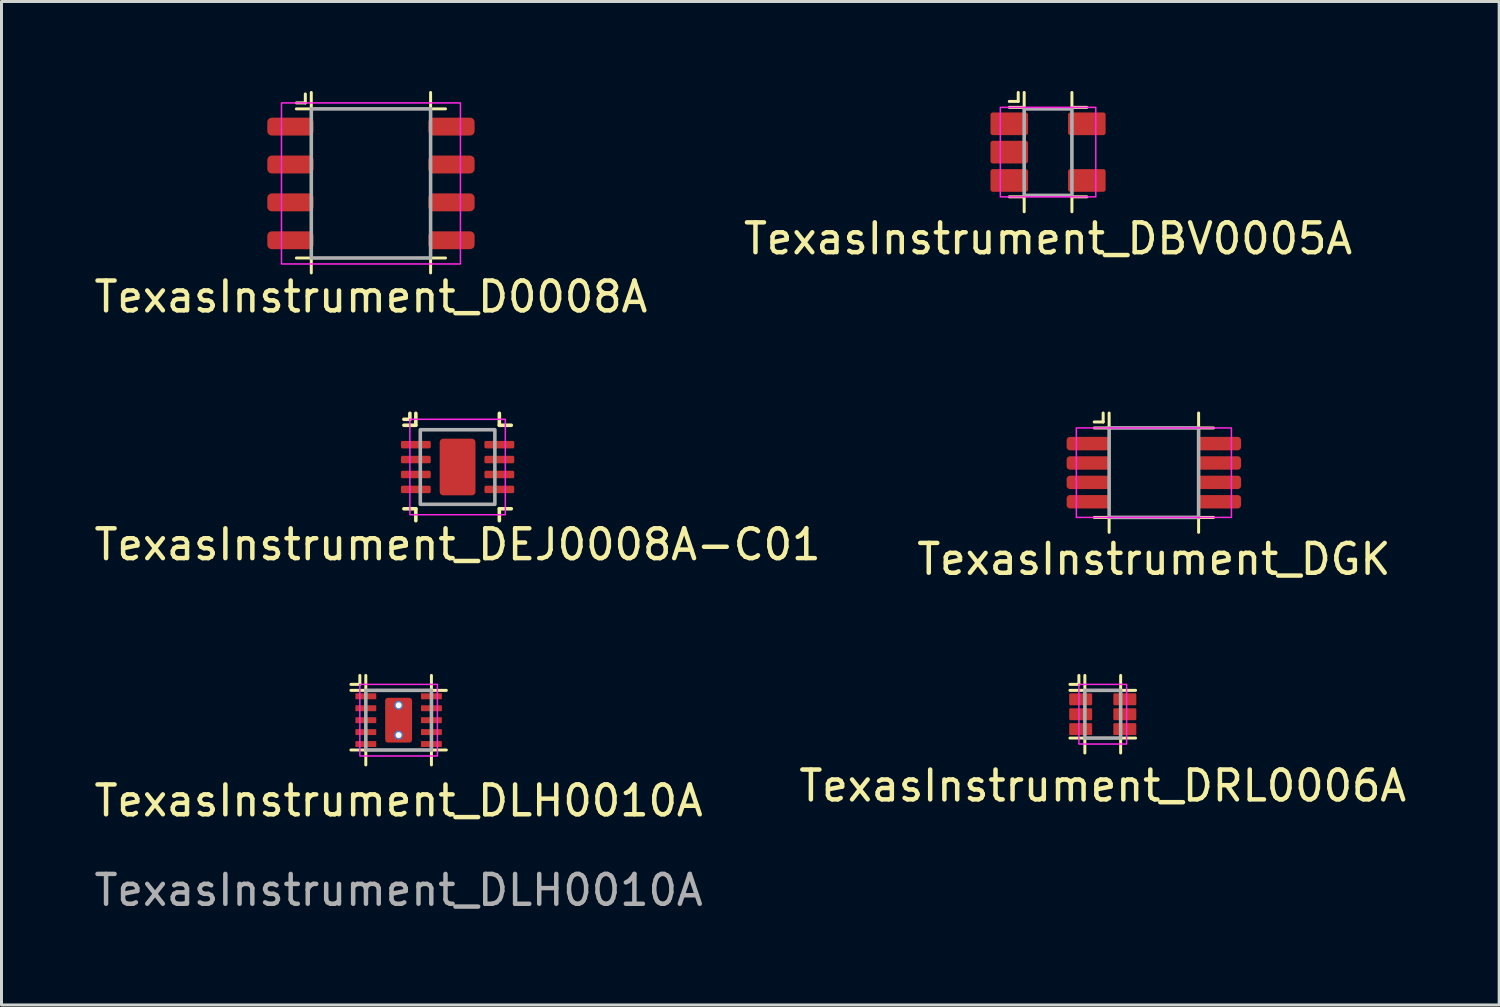
<source format=kicad_pcb>
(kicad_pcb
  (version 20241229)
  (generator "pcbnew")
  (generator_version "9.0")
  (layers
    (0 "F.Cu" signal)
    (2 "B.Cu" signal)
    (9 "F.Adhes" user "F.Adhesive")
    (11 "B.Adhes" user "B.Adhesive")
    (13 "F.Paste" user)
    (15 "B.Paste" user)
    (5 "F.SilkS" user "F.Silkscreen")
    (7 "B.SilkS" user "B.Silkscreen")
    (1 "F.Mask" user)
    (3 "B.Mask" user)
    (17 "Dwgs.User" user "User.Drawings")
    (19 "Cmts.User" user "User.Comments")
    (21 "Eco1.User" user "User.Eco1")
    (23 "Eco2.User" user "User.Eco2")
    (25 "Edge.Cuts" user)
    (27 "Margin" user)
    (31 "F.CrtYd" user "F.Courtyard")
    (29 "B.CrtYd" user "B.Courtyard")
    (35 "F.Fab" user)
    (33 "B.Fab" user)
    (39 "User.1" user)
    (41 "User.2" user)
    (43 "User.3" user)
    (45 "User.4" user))
  (footprint "TexasInstrument_D0008A"
    (layer "F.Cu")
    (at 9.387 3.1)
    (property "Reference" "TexasInstrument_D0008A" (at 0 3.8 0) (unlocked yes) (layer "F.SilkS") (effects (font (size 1 1) (thickness 0.15))))
    (attr smd)
    (fp_line (start -2.5 -2.7) (end -2.2 -2.7) (stroke (width 0.1) (type default)) (layer "F.SilkS"))
    (fp_line (start -2.2 -2.7) (end -2.2 -3) (stroke (width 0.1) (type default)) (layer "F.SilkS"))
    (fp_line (start -2 -2.55) (end -2 -3.05) (stroke (width 0.1) (type default)) (layer "F.SilkS"))
    (fp_line (start -2 -2.5) (end -2.5 -2.5) (stroke (width 0.1) (type default)) (layer "F.SilkS"))
    (fp_line (start -2 2.5) (end -2.5 2.5) (stroke (width 0.1) (type default)) (layer "F.SilkS"))
    (fp_line (start -2 2.5) (end -2 3) (stroke (width 0.1) (type default)) (layer "F.SilkS"))
    (fp_line (start 2 -2.55) (end 2 -3.05) (stroke (width 0.1) (type default)) (layer "F.SilkS"))
    (fp_line (start 2 -2.5) (end 2.5 -2.5) (stroke (width 0.1) (type default)) (layer "F.SilkS"))
    (fp_line (start 2 2.5) (end 2 3) (stroke (width 0.1) (type default)) (layer "F.SilkS"))
    (fp_line (start 2 2.5) (end 2.5 2.5) (stroke (width 0.1) (type default)) (layer "F.SilkS"))
    (fp_rect (start -3 -2.7) (end 3 2.7) (stroke (width 0.05) (type default)) (fill no) (layer "F.CrtYd"))
    (fp_rect (start -2 -2.5) (end 2 2.5) (stroke (width 0.12) (type solid)) (fill no) (layer "F.Fab"))
    (pad "1" smd roundrect (at -2.7 -1.905) (size 1.55 0.6) (layers "F.Cu" "F.Mask" "F.Paste") (roundrect_rratio 0.25))
    (pad "2" smd roundrect (at -2.7 -0.635) (size 1.55 0.6) (layers "F.Cu" "F.Mask" "F.Paste") (roundrect_rratio 0.25))
    (pad "3" smd roundrect (at -2.7 0.635) (size 1.55 0.6) (layers "F.Cu" "F.Mask" "F.Paste") (roundrect_rratio 0.25))
    (pad "4" smd roundrect (at -2.7 1.905) (size 1.55 0.6) (layers "F.Cu" "F.Mask" "F.Paste") (roundrect_rratio 0.25))
    (pad "5" smd roundrect (at 2.7 1.905) (size 1.55 0.6) (layers "F.Cu" "F.Mask" "F.Paste") (roundrect_rratio 0.25))
    (pad "6" smd roundrect (at 2.7 0.635) (size 1.55 0.6) (layers "F.Cu" "F.Mask" "F.Paste") (roundrect_rratio 0.25))
    (pad "7" smd roundrect (at 2.7 -0.635) (size 1.55 0.6) (layers "F.Cu" "F.Mask" "F.Paste") (roundrect_rratio 0.25))
    (pad "8" smd roundrect (at 2.7 -1.905) (size 1.55 0.6) (layers "F.Cu" "F.Mask" "F.Paste") (roundrect_rratio 0.25)))
  (footprint "TexasInstrument_DBV0005A"
    (layer "F.Cu")
    (at 32.089 2.05)
    (property "Reference" "TexasInstrument_DBV0005A" (at 0 2.9 0) (unlocked yes) (layer "F.SilkS") (effects (font (size 1 1) (thickness 0.15))))
    (attr smd)
    (fp_line (start -1.3 -1.7) (end -1 -1.7) (stroke (width 0.1) (type default)) (layer "F.SilkS"))
    (fp_line (start -1 -1.7) (end -1 -2) (stroke (width 0.1) (type default)) (layer "F.SilkS"))
    (fp_line (start -0.8 -1.5) (end -1.3 -1.5) (stroke (width 0.1) (type default)) (layer "F.SilkS"))
    (fp_line (start -0.8 -1.5) (end -0.8 -2) (stroke (width 0.1) (type default)) (layer "F.SilkS"))
    (fp_line (start -0.8 1.5) (end -1.3 1.5) (stroke (width 0.1) (type default)) (layer "F.SilkS"))
    (fp_line (start -0.8 1.5) (end -0.8 2) (stroke (width 0.1) (type default)) (layer "F.SilkS"))
    (fp_line (start 0.8 -1.5) (end 0.8 -2) (stroke (width 0.1) (type default)) (layer "F.SilkS"))
    (fp_line (start 0.8 -1.5) (end 1.3 -1.5) (stroke (width 0.1) (type default)) (layer "F.SilkS"))
    (fp_line (start 0.8 1.5) (end 0.8 2) (stroke (width 0.1) (type default)) (layer "F.SilkS"))
    (fp_line (start 0.8 1.5) (end 1.3 1.5) (stroke (width 0.1) (type default)) (layer "F.SilkS"))
    (fp_rect (start -1.6 -1.5) (end 1.6 1.5) (stroke (width 0.05) (type default)) (fill no) (layer "F.CrtYd"))
    (fp_rect (start -0.8 -1.45) (end 0.8 1.45) (stroke (width 0.12) (type solid)) (fill no) (layer "F.Fab"))
    (pad "1" smd roundrect (at -1.3 -0.95) (size 1.26 0.76) (layers "F.Cu" "F.Mask" "F.Paste") (roundrect_rratio 0.1))
    (pad "2" smd roundrect (at -1.3 0) (size 1.26 0.76) (layers "F.Cu" "F.Mask" "F.Paste") (roundrect_rratio 0.1))
    (pad "3" smd roundrect (at -1.3 0.95) (size 1.26 0.76) (layers "F.Cu" "F.Mask" "F.Paste") (roundrect_rratio 0.1))
    (pad "4" smd roundrect (at 1.3 0.95) (size 1.26 0.76) (layers "F.Cu" "F.Mask" "F.Paste") (roundrect_rratio 0.1))
    (pad "5" smd roundrect (at 1.3 -0.95) (size 1.26 0.76) (layers "F.Cu" "F.Mask" "F.Paste") (roundrect_rratio 0.1)))
  (footprint "TexasInstrument_DRL0006A"
    (layer "F.Cu")
    (at 33.923 20.896)
    (property "Reference" "TexasInstrument_DRL0006A" (at 0 2.4 0) (unlocked yes) (layer "F.SilkS") (effects (font (size 1 1) (thickness 0.15))))
    (attr smd)
    (fp_line (start -1.1 -1) (end -0.8 -1) (stroke (width 0.1) (type default)) (layer "F.SilkS"))
    (fp_line (start -1.1 -0.8) (end -0.6 -0.8) (stroke (width 0.1) (type default)) (layer "F.SilkS"))
    (fp_line (start -0.8 -1) (end -0.8 -1.3) (stroke (width 0.1) (type default)) (layer "F.SilkS"))
    (fp_line (start -0.6 -0.8) (end -0.6 -1.3) (stroke (width 0.1) (type default)) (layer "F.SilkS"))
    (fp_line (start -0.6 0.8) (end -1.1 0.8) (stroke (width 0.1) (type default)) (layer "F.SilkS"))
    (fp_line (start -0.6 0.8) (end -0.6 1.3) (stroke (width 0.1) (type default)) (layer "F.SilkS"))
    (fp_line (start 0.6 -0.8) (end 0.6 -1.3) (stroke (width 0.1) (type default)) (layer "F.SilkS"))
    (fp_line (start 0.6 -0.8) (end 1.1 -0.8) (stroke (width 0.1) (type default)) (layer "F.SilkS"))
    (fp_line (start 0.6 0.8) (end 0.6 1.3) (stroke (width 0.1) (type default)) (layer "F.SilkS"))
    (fp_line (start 0.6 0.8) (end 1.1 0.8) (stroke (width 0.1) (type default)) (layer "F.SilkS"))
    (fp_rect (start -0.8 -1) (end 0.8 1) (stroke (width 0.05) (type default)) (fill no) (layer "F.CrtYd"))
    (fp_rect (start -0.6 -0.8) (end 0.6 0.8) (stroke (width 0.12) (type solid)) (fill no) (layer "F.Fab"))
    (pad "1" smd roundrect (at -0.74 -0.5) (size 0.77 0.4) (layers "F.Cu" "F.Mask" "F.Paste") (roundrect_rratio 0.1))
    (pad "2" smd roundrect (at -0.74 0) (size 0.77 0.4) (layers "F.Cu" "F.Mask" "F.Paste") (roundrect_rratio 0.1))
    (pad "3" smd roundrect (at -0.74 0.5) (size 0.77 0.4) (layers "F.Cu" "F.Mask" "F.Paste") (roundrect_rratio 0.1))
    (pad "4" smd roundrect (at 0.74 0.5) (size 0.77 0.4) (layers "F.Cu" "F.Mask" "F.Paste") (roundrect_rratio 0.1))
    (pad "5" smd roundrect (at 0.74 0) (size 0.77 0.4) (layers "F.Cu" "F.Mask" "F.Paste") (roundrect_rratio 0.1))
    (pad "6" smd roundrect (at 0.74 -0.5) (size 0.77 0.4) (layers "F.Cu" "F.Mask" "F.Paste") (roundrect_rratio 0.1)))
  (footprint "TexasInstrument_DEJ0008A-C01"
    (layer "F.Cu")
    (at 12.292 12.608)
    (property "Reference" "TexasInstrument_DEJ0008A-C01" (at 0 2.6 0) (unlocked yes) (layer "F.SilkS") (effects (font (size 1 1) (thickness 0.15))))
    (attr smd)
    (fp_line (start -1.8 -1.6) (end -1.6 -1.6) (stroke (width 0.12) (type solid)) (layer "F.SilkS"))
    (fp_line (start -1.8 -1.4) (end -1.4 -1.4) (stroke (width 0.12) (type solid)) (layer "F.SilkS"))
    (fp_line (start -1.6 -1.8) (end -1.6 -1.6) (stroke (width 0.12) (type solid)) (layer "F.SilkS"))
    (fp_line (start -1.4 -1.4) (end -1.4 -1.8) (stroke (width 0.12) (type solid)) (layer "F.SilkS"))
    (fp_line (start -1.4 1.4) (end -1.8 1.4) (stroke (width 0.12) (type solid)) (layer "F.SilkS"))
    (fp_line (start -1.4 1.8) (end -1.4 1.4) (stroke (width 0.12) (type solid)) (layer "F.SilkS"))
    (fp_line (start 1.4 -1.4) (end 1.4 -1.8) (stroke (width 0.12) (type solid)) (layer "F.SilkS"))
    (fp_line (start 1.4 -1.4) (end 1.8 -1.4) (stroke (width 0.12) (type solid)) (layer "F.SilkS"))
    (fp_line (start 1.4 1.4) (end 1.8 1.4) (stroke (width 0.12) (type solid)) (layer "F.SilkS"))
    (fp_line (start 1.4 1.8) (end 1.4 1.4) (stroke (width 0.12) (type solid)) (layer "F.SilkS"))
    (fp_rect (start -1.6 -1.6) (end 1.6 1.6) (stroke (width 0.05) (type default)) (fill no) (layer "F.CrtYd"))
    (fp_rect (start -1.25 -1.25) (end 1.25 1.25) (stroke (width 0.12) (type solid)) (fill no) (layer "F.Fab"))
    (pad "1" smd roundrect (at -1.4 -0.75) (size 1 0.25) (layers "F.Cu" "F.Mask" "F.Paste") (roundrect_rratio 0.2))
    (pad "2" smd roundrect (at -1.4 -0.25) (size 1 0.25) (layers "F.Cu" "F.Mask" "F.Paste") (roundrect_rratio 0.2))
    (pad "3" smd roundrect (at -1.4 0.25) (size 1 0.25) (layers "F.Cu" "F.Mask" "F.Paste") (roundrect_rratio 0.2))
    (pad "4" smd roundrect (at -1.4 0.75) (size 1 0.25) (layers "F.Cu" "F.Mask" "F.Paste") (roundrect_rratio 0.2))
    (pad "5" smd roundrect (at 1.4 0.75) (size 1 0.25) (layers "F.Cu" "F.Mask" "F.Paste") (roundrect_rratio 0.2))
    (pad "6" smd roundrect (at 1.4 0.25) (size 1 0.25) (layers "F.Cu" "F.Mask" "F.Paste") (roundrect_rratio 0.2))
    (pad "7" smd roundrect (at 1.4 -0.25) (size 1 0.25) (layers "F.Cu" "F.Mask" "F.Paste") (roundrect_rratio 0.2))
    (pad "8" smd roundrect (at 0 0) (size 1.2 1.9) (layers "F.Cu" "F.Mask" "F.Paste") (roundrect_rratio 0.1))
    (pad "8" smd roundrect (at 1.4 -0.75) (size 1 0.25) (layers "F.Cu" "F.Mask" "F.Paste") (roundrect_rratio 0.2)))
  (footprint "TexasInstrument_DLH0010A"
    (layer "F.Cu")
    (at 10.315 21.096)
    (property "Reference" "TexasInstrument_DLH0010A" (at 0 2.7 0) (unlocked yes) (layer "F.SilkS") (effects (font (size 1 1) (thickness 0.15))))
    (attr smd)
    (fp_line (start -1.6 -1.2) (end -1.3 -1.2) (stroke (width 0.1) (type default)) (layer "F.SilkS"))
    (fp_line (start -1.3 -1.2) (end -1.3 -1.5) (stroke (width 0.1) (type default)) (layer "F.SilkS"))
    (fp_line (start -1.1 -1) (end -1.6 -1) (stroke (width 0.1) (type default)) (layer "F.SilkS"))
    (fp_line (start -1.1 -1) (end -1.1 -1.5) (stroke (width 0.1) (type default)) (layer "F.SilkS"))
    (fp_line (start -1.1 1) (end -1.6 1) (stroke (width 0.1) (type default)) (layer "F.SilkS"))
    (fp_line (start -1.1 1) (end -1.1 1.5) (stroke (width 0.1) (type default)) (layer "F.SilkS"))
    (fp_line (start 1.1 -1) (end 1.1 -1.5) (stroke (width 0.1) (type default)) (layer "F.SilkS"))
    (fp_line (start 1.1 -1) (end 1.6 -1) (stroke (width 0.1) (type default)) (layer "F.SilkS"))
    (fp_line (start 1.1 1) (end 1.1 1.5) (stroke (width 0.1) (type default)) (layer "F.SilkS"))
    (fp_line (start 1.1 1) (end 1.6 1) (stroke (width 0.1) (type default)) (layer "F.SilkS"))
    (fp_rect (start -1.3 -1.2) (end 1.3 1.2) (stroke (width 0.05) (type default)) (fill no) (layer "F.CrtYd"))
    (fp_rect (start -1.1 -1) (end 1.1 1) (stroke (width 0.12) (type solid)) (fill no) (layer "F.Fab"))
    (fp_text user "${REFERENCE}" (at 0 5.7 0) (unlocked yes) (layer "F.Fab") (effects (font (size 1 1) (thickness 0.15))))
    (pad "1" smd roundrect (at -1.1 -0.8) (size 0.7 0.2) (layers "F.Cu" "F.Mask" "F.Paste") (roundrect_rratio 0.1))
    (pad "2" smd roundrect (at -1.1 -0.4) (size 0.7 0.2) (layers "F.Cu" "F.Mask" "F.Paste") (roundrect_rratio 0.1))
    (pad "3" smd roundrect (at -1.1 0) (size 0.7 0.2) (layers "F.Cu" "F.Mask" "F.Paste") (roundrect_rratio 0.1))
    (pad "4" smd roundrect (at -1.1 0.4) (size 0.7 0.2) (layers "F.Cu" "F.Mask" "F.Paste") (roundrect_rratio 0.1))
    (pad "5" smd roundrect (at -1.1 0.8) (size 0.7 0.2) (layers "F.Cu" "F.Mask" "F.Paste") (roundrect_rratio 0.1))
    (pad "6" smd roundrect (at 1.1 0.8) (size 0.7 0.2) (layers "F.Cu" "F.Mask" "F.Paste") (roundrect_rratio 0.1))
    (pad "7" smd roundrect (at 1.1 0.4) (size 0.7 0.2) (layers "F.Cu" "F.Mask" "F.Paste") (roundrect_rratio 0.1))
    (pad "8" smd roundrect (at 1.1 0) (size 0.7 0.2) (layers "F.Cu" "F.Mask" "F.Paste") (roundrect_rratio 0.1))
    (pad "9" smd roundrect (at 1.1 -0.4) (size 0.7 0.2) (layers "F.Cu" "F.Mask" "F.Paste") (roundrect_rratio 0.1))
    (pad "10" smd roundrect (at 1.1 -0.8) (size 0.7 0.2) (layers "F.Cu" "F.Mask" "F.Paste") (roundrect_rratio 0.1))
    (pad "11" thru_hole circle (at 0 -0.5) (size 0.3 0.3) (drill 0.2) (layers "*.Cu" "*.Mask"))
    (pad "11" smd roundrect (at 0 0) (size 0.9 1.5) (layers "F.Cu" "F.Mask" "F.Paste") (roundrect_rratio 0.1))
    (pad "11" thru_hole circle (at 0 0.5) (size 0.3 0.3) (drill 0.2) (layers "*.Cu" "*.Mask")))
  (footprint "TexasInstrument_DGK"
    (layer "F.Cu")
    (at 35.637 12.798)
    (property "Reference" "TexasInstrument_DGK" (at 0 2.9 0) (unlocked yes) (layer "F.SilkS") (effects (font (size 1 1) (thickness 0.15))))
    (attr smd)
    (fp_line (start -2 -1.7) (end -1.7 -1.7) (stroke (width 0.1) (type default)) (layer "F.SilkS"))
    (fp_line (start -1.7 -1.7) (end -1.7 -2) (stroke (width 0.1) (type default)) (layer "F.SilkS"))
    (fp_line (start -1.5 -1.5) (end -2 -1.5) (stroke (width 0.1) (type default)) (layer "F.SilkS"))
    (fp_line (start -1.5 -1.5) (end -1.5 -2) (stroke (width 0.1) (type default)) (layer "F.SilkS"))
    (fp_line (start -1.5 1.5) (end -2 1.5) (stroke (width 0.1) (type default)) (layer "F.SilkS"))
    (fp_line (start -1.5 1.5) (end -1.5 2) (stroke (width 0.1) (type default)) (layer "F.SilkS"))
    (fp_line (start 1.5 -1.5) (end 1.5 -2) (stroke (width 0.1) (type default)) (layer "F.SilkS"))
    (fp_line (start 1.5 -1.5) (end 2 -1.5) (stroke (width 0.1) (type default)) (layer "F.SilkS"))
    (fp_line (start 1.5 1.5) (end 1.5 2) (stroke (width 0.1) (type default)) (layer "F.SilkS"))
    (fp_line (start 2 1.5) (end 1.5 1.5) (stroke (width 0.1) (type default)) (layer "F.SilkS"))
    (fp_rect (start -2.6 -1.5) (end 2.6 1.5) (stroke (width 0.05) (type default)) (fill no) (layer "F.CrtYd"))
    (fp_rect (start -1.5 -1.5) (end 1.5 1.5) (stroke (width 0.12) (type solid)) (fill no) (layer "F.Fab"))
    (pad "1" smd roundrect (at -2.2 -0.975) (size 1.45 0.45) (layers "F.Cu" "F.Mask" "F.Paste") (roundrect_rratio 0.25))
    (pad "2" smd roundrect (at -2.2 -0.325) (size 1.45 0.45) (layers "F.Cu" "F.Mask" "F.Paste") (roundrect_rratio 0.25))
    (pad "3" smd roundrect (at -2.2 0.325) (size 1.45 0.45) (layers "F.Cu" "F.Mask" "F.Paste") (roundrect_rratio 0.25))
    (pad "4" smd roundrect (at -2.2 0.975) (size 1.45 0.45) (layers "F.Cu" "F.Mask" "F.Paste") (roundrect_rratio 0.25))
    (pad "5" smd roundrect (at 2.2 0.975) (size 1.45 0.45) (layers "F.Cu" "F.Mask" "F.Paste") (roundrect_rratio 0.25))
    (pad "6" smd roundrect (at 2.2 0.325) (size 1.45 0.45) (layers "F.Cu" "F.Mask" "F.Paste") (roundrect_rratio 0.25))
    (pad "7" smd roundrect (at 2.2 -0.325) (size 1.45 0.45) (layers "F.Cu" "F.Mask" "F.Paste") (roundrect_rratio 0.25))
    (pad "8" smd roundrect (at 2.2 -0.975) (size 1.45 0.45) (layers "F.Cu" "F.Mask" "F.Paste") (roundrect_rratio 0.25)))
  (gr_rect
    (start -3 -3)
    (end 47.214 30.645)
    (stroke (width 0.1) (type default))
    (fill no)
    (layer "Edge.Cuts")))
</source>
